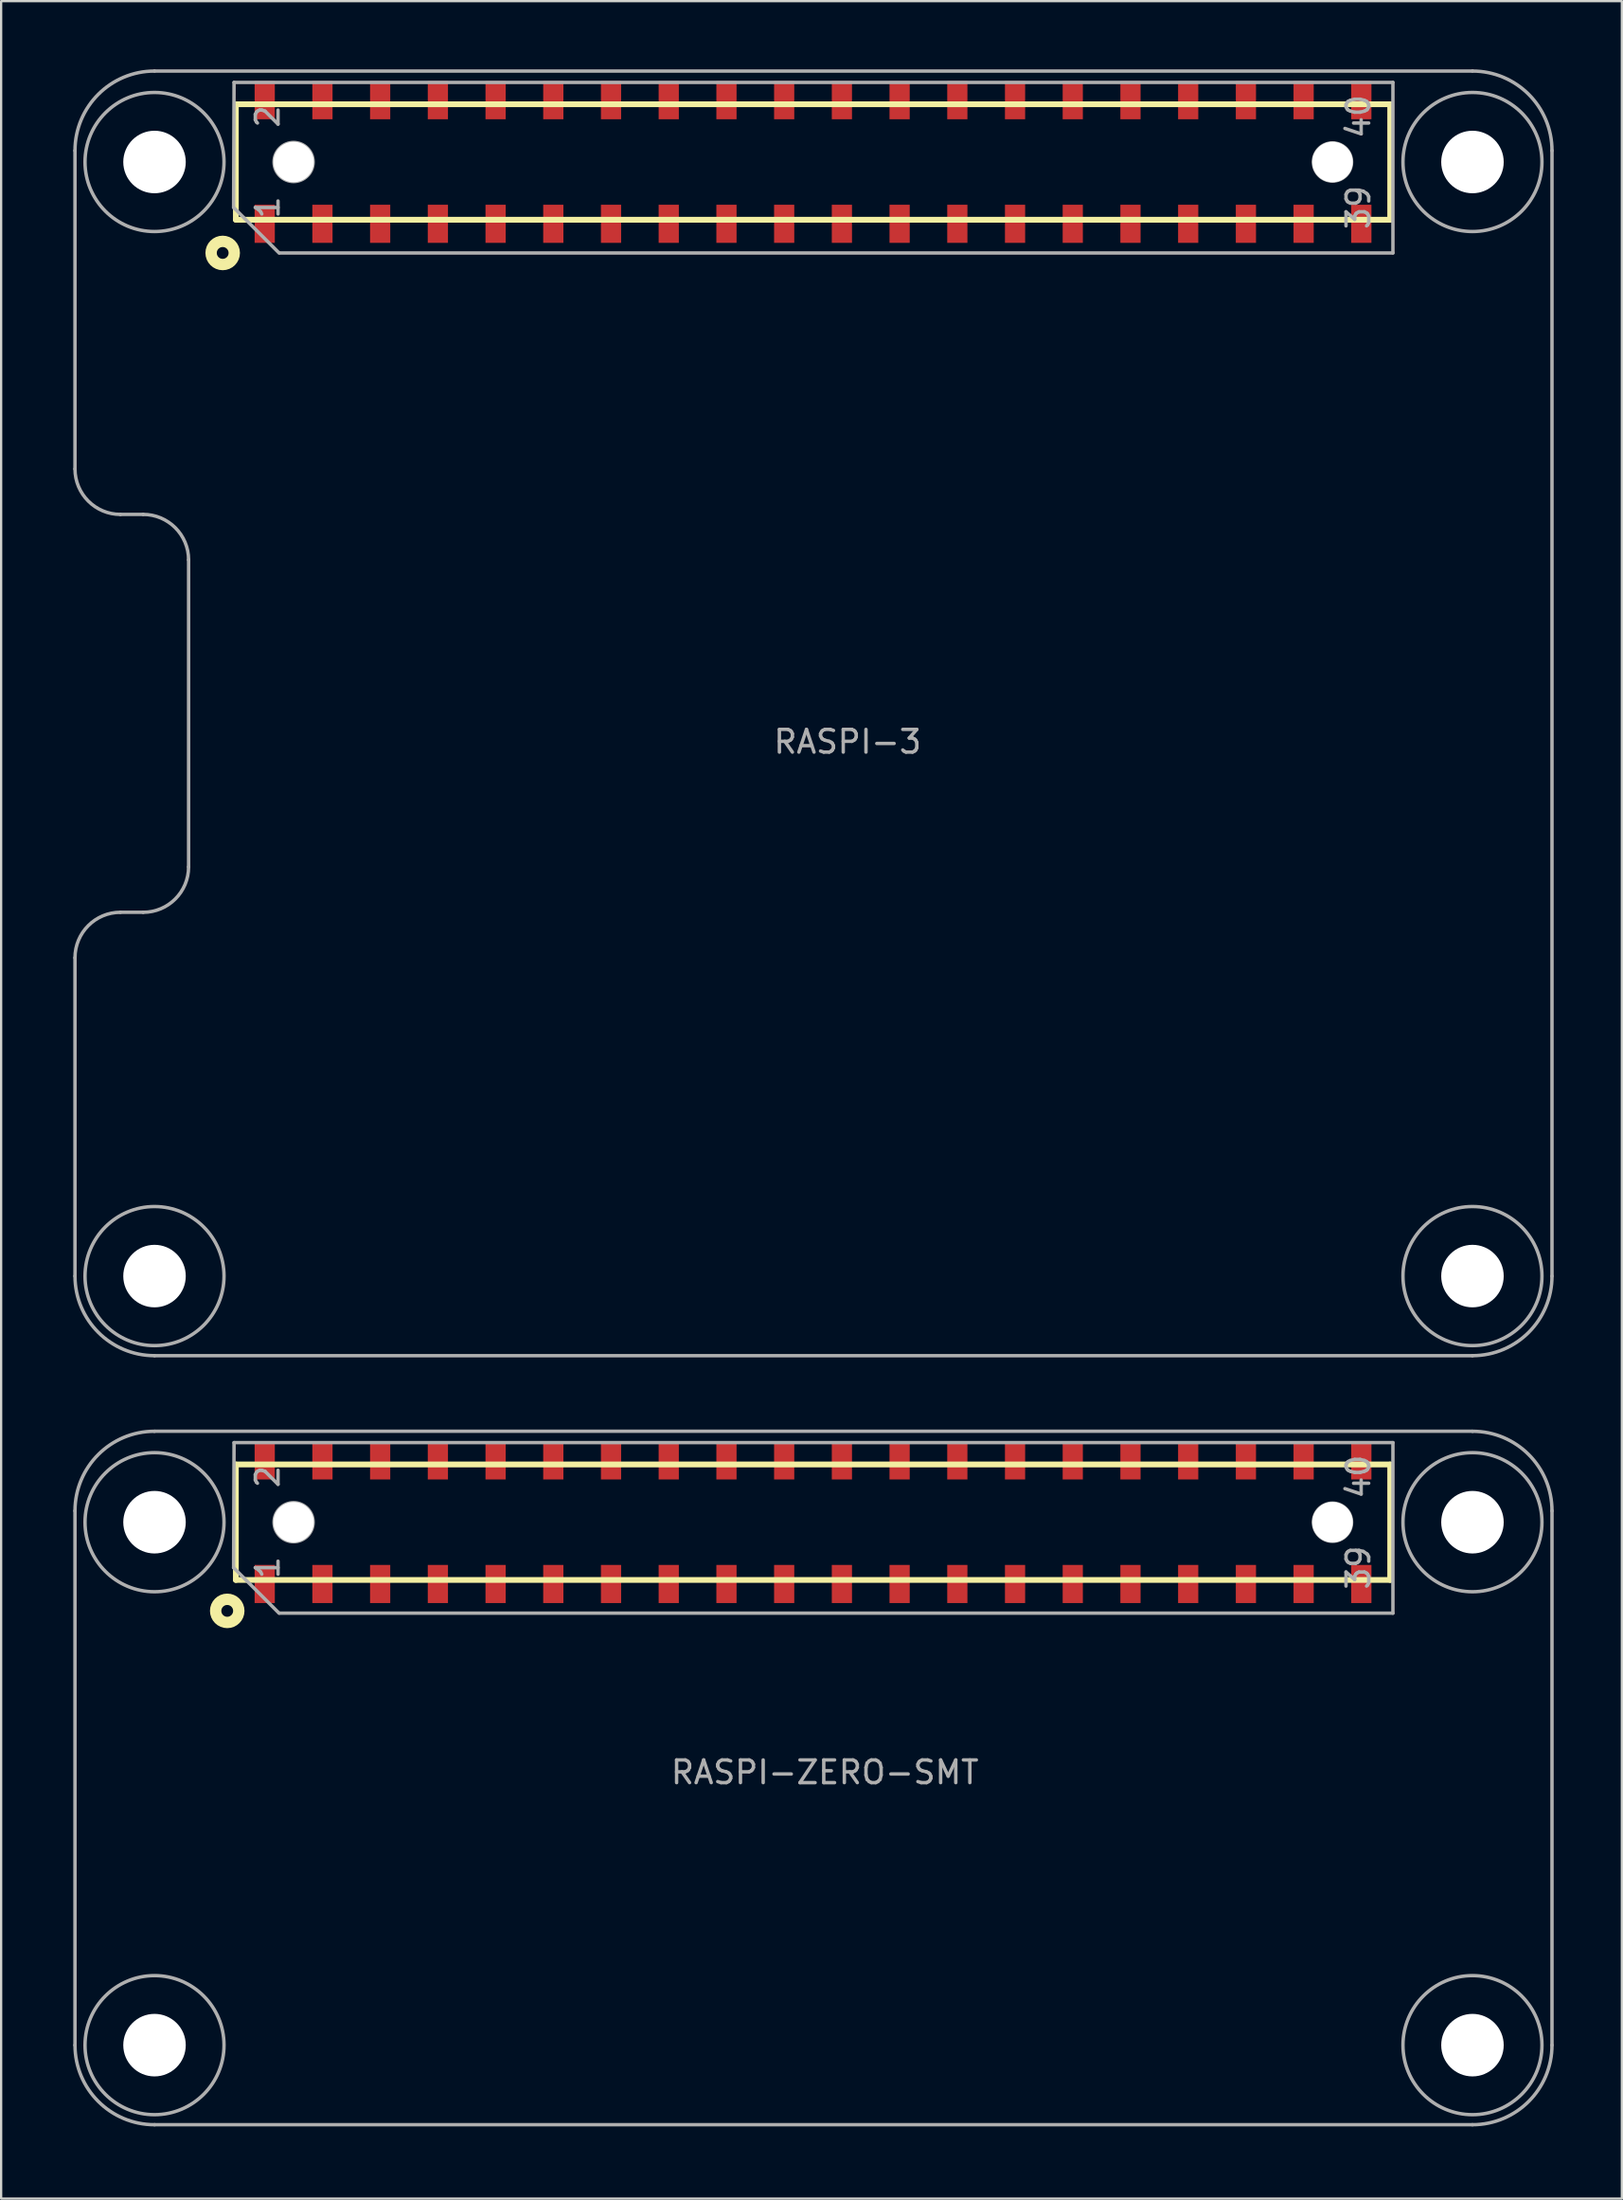
<source format=kicad_pcb>
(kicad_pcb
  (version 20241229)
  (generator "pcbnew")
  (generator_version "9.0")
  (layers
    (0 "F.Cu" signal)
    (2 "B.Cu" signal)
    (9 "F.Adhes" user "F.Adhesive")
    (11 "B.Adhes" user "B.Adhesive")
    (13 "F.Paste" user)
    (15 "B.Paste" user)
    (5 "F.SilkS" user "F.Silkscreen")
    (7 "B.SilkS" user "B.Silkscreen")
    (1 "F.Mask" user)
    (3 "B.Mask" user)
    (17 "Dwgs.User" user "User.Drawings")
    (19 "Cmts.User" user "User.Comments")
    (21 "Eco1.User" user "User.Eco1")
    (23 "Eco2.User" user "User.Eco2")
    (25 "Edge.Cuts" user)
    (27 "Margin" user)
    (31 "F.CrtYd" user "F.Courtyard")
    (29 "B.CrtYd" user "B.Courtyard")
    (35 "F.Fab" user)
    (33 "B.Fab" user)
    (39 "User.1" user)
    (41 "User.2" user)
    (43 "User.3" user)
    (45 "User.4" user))
  (footprint "RASPI-ZERO-SMT"
    (layer "F.Cu")
    (at 0.25 90.4)
    (property "Reference" "RASPI-ZERO-SMT" (at 33 -15.5 0) (layer "F.Fab") (effects (font (size 1 1) (thickness 0.15))))
    (attr through_hole)
    (fp_line (start 7.08 -29.04) (end 57.88 -29.04) (stroke (width 0.254) (type solid)) (layer "F.SilkS"))
    (fp_line (start 7.08 -23.96) (end 7.08 -29.04) (stroke (width 0.254) (type solid)) (layer "F.SilkS"))
    (fp_line (start 57.88 -29.04) (end 57.88 -23.96) (stroke (width 0.254) (type solid)) (layer "F.SilkS"))
    (fp_line (start 57.88 -23.96) (end 7.08 -23.96) (stroke (width 0.254) (type solid)) (layer "F.SilkS"))
    (fp_circle (center 6.7 -22.6) (end 6.8 -22.1) (stroke (width 0.5) (type solid)) (fill no) (layer "F.SilkS"))
    (fp_line (start 0 -27) (end 0 -3.5) (stroke (width 0.15) (type solid)) (layer "F.Fab"))
    (fp_line (start 3.5 0) (end 61.5 0) (stroke (width 0.15) (type solid)) (layer "F.Fab"))
    (fp_line (start 7 -30) (end 6.98 -24.5) (stroke (width 0.15) (type solid)) (layer "F.Fab"))
    (fp_line (start 8.98 -22.5) (end 6.98 -24.5) (stroke (width 0.15) (type solid)) (layer "F.Fab"))
    (fp_line (start 9 -22.5) (end 58 -22.5) (stroke (width 0.15) (type solid)) (layer "F.Fab"))
    (fp_line (start 58 -30) (end 7 -30) (stroke (width 0.15) (type solid)) (layer "F.Fab"))
    (fp_line (start 58 -22.5) (end 58 -30) (stroke (width 0.15) (type solid)) (layer "F.Fab"))
    (fp_line (start 61.5 -30.5) (end 3.5 -30.5) (stroke (width 0.15) (type solid)) (layer "F.Fab"))
    (fp_line (start 65 -3.5) (end 65 -27) (stroke (width 0.15) (type solid)) (layer "F.Fab"))
    (fp_arc (start 0 -27) (mid 1.025126 -29.474874) (end 3.5 -30.5) (stroke (width 0.15) (type solid)) (layer "F.Fab"))
    (fp_arc (start 3.5 0) (mid 1.025126 -1.025126) (end 0 -3.5) (stroke (width 0.15) (type solid)) (layer "F.Fab"))
    (fp_arc (start 61.5 -30.5) (mid 63.974874 -29.474874) (end 65 -27) (stroke (width 0.15) (type solid)) (layer "F.Fab"))
    (fp_arc (start 65 -3.5) (mid 63.974874 -1.025126) (end 61.5 0) (stroke (width 0.15) (type solid)) (layer "F.Fab"))
    (fp_circle (center 3.5 -26.5) (end 1.994 -23.838) (stroke (width 0.15) (type solid)) (fill no) (layer "F.Fab"))
    (fp_circle (center 3.5 -3.5) (end 1.994 -0.838) (stroke (width 0.15) (type solid)) (fill no) (layer "F.Fab"))
    (fp_circle (center 9.62 -26.5) (end 10.48 -26.5) (stroke (width 0.15) (type solid)) (fill no) (layer "F.Fab"))
    (fp_circle (center 55.34 -26.5) (end 56.18 -26.5) (stroke (width 0.15) (type solid)) (fill no) (layer "F.Fab"))
    (fp_circle (center 61.5 -26.5) (end 63.006 -29.162) (stroke (width 0.15) (type solid)) (fill no) (layer "F.Fab"))
    (fp_circle (center 61.5 -3.5) (end 59.994 -0.838) (stroke (width 0.15) (type solid)) (fill no) (layer "F.Fab"))
    (fp_text user "39" (at 56.48 -24.5 90) (layer "F.Fab") (effects (font (size 1 1) (thickness 0.15))))
    (fp_text user "1" (at 8.48 -24.5 90) (layer "F.Fab") (effects (font (size 1 1) (thickness 0.15))))
    (fp_text user "2" (at 8.48 -28.5 90) (layer "F.Fab") (effects (font (size 1 1) (thickness 0.15))))
    (fp_text user "40" (at 56.48 -28.5 90) (layer "F.Fab") (effects (font (size 1 1) (thickness 0.15))))
    (pad "" np_thru_hole circle (at 3.5 -26.5) (size 2.75 2.75) (drill 2.75) (layers "*.Cu" "*.Mask"))
    (pad "" np_thru_hole circle (at 3.5 -3.5) (size 2.75 2.75) (drill 2.75) (layers "*.Cu" "*.Mask"))
    (pad "" np_thru_hole circle (at 9.62 -26.5) (size 1.778 1.778) (drill 1.778) (layers "*.Cu" "*.Mask" "F.SilkS"))
    (pad "" np_thru_hole circle (at 55.34 -26.5) (size 1.778 1.778) (drill 1.778) (layers "*.Cu" "*.Mask" "F.SilkS"))
    (pad "" np_thru_hole circle (at 61.5 -26.5 180) (size 2.75 2.75) (drill 2.75) (layers "*.Cu" "*.Mask"))
    (pad "" np_thru_hole circle (at 61.5 -3.5 180) (size 2.75 2.75) (drill 2.75) (layers "*.Cu" "*.Mask"))
    (pad "1" smd rect (at 8.35 -23.782 180) (size 0.889 1.676) (layers "F.Cu" "F.Mask" "F.Paste"))
    (pad "2" smd rect (at 8.35 -29.218 180) (size 0.889 1.676) (layers "F.Cu" "F.Mask" "F.Paste"))
    (pad "3" smd rect (at 10.89 -23.782 180) (size 0.889 1.676) (layers "F.Cu" "F.Mask" "F.Paste"))
    (pad "4" smd rect (at 10.89 -29.218 180) (size 0.889 1.676) (layers "F.Cu" "F.Mask" "F.Paste"))
    (pad "5" smd rect (at 13.43 -23.782 180) (size 0.889 1.676) (layers "F.Cu" "F.Mask" "F.Paste"))
    (pad "6" smd rect (at 13.43 -29.218 180) (size 0.889 1.676) (layers "F.Cu" "F.Mask" "F.Paste"))
    (pad "7" smd rect (at 15.97 -23.782 180) (size 0.889 1.676) (layers "F.Cu" "F.Mask" "F.Paste"))
    (pad "8" smd rect (at 15.97 -29.218 180) (size 0.889 1.676) (layers "F.Cu" "F.Mask" "F.Paste"))
    (pad "9" smd rect (at 18.51 -23.782 180) (size 0.889 1.676) (layers "F.Cu" "F.Mask" "F.Paste"))
    (pad "10" smd rect (at 18.51 -29.218 180) (size 0.889 1.676) (layers "F.Cu" "F.Mask" "F.Paste"))
    (pad "11" smd rect (at 21.05 -23.782 180) (size 0.889 1.676) (layers "F.Cu" "F.Mask" "F.Paste"))
    (pad "12" smd rect (at 21.05 -29.218 180) (size 0.889 1.676) (layers "F.Cu" "F.Mask" "F.Paste"))
    (pad "13" smd rect (at 23.59 -23.782 180) (size 0.889 1.676) (layers "F.Cu" "F.Mask" "F.Paste"))
    (pad "14" smd rect (at 23.59 -29.218 180) (size 0.889 1.676) (layers "F.Cu" "F.Mask" "F.Paste"))
    (pad "15" smd rect (at 26.13 -23.782 180) (size 0.889 1.676) (layers "F.Cu" "F.Mask" "F.Paste"))
    (pad "16" smd rect (at 26.13 -29.218 180) (size 0.889 1.676) (layers "F.Cu" "F.Mask" "F.Paste"))
    (pad "17" smd rect (at 28.67 -23.782 180) (size 0.889 1.676) (layers "F.Cu" "F.Mask" "F.Paste"))
    (pad "18" smd rect (at 28.67 -29.218 180) (size 0.889 1.676) (layers "F.Cu" "F.Mask" "F.Paste"))
    (pad "19" smd rect (at 31.21 -23.782 180) (size 0.889 1.676) (layers "F.Cu" "F.Mask" "F.Paste"))
    (pad "20" smd rect (at 31.21 -29.218 180) (size 0.889 1.676) (layers "F.Cu" "F.Mask" "F.Paste"))
    (pad "21" smd rect (at 33.75 -23.782 180) (size 0.889 1.676) (layers "F.Cu" "F.Mask" "F.Paste"))
    (pad "22" smd rect (at 33.75 -29.218 180) (size 0.889 1.676) (layers "F.Cu" "F.Mask" "F.Paste"))
    (pad "23" smd rect (at 36.29 -23.782 180) (size 0.889 1.676) (layers "F.Cu" "F.Mask" "F.Paste"))
    (pad "24" smd rect (at 36.29 -29.218 180) (size 0.889 1.676) (layers "F.Cu" "F.Mask" "F.Paste"))
    (pad "25" smd rect (at 38.83 -23.782 180) (size 0.889 1.676) (layers "F.Cu" "F.Mask" "F.Paste"))
    (pad "26" smd rect (at 38.83 -29.218 180) (size 0.889 1.676) (layers "F.Cu" "F.Mask" "F.Paste"))
    (pad "27" smd rect (at 41.37 -23.782 180) (size 0.889 1.676) (layers "F.Cu" "F.Mask" "F.Paste"))
    (pad "28" smd rect (at 41.37 -29.218 180) (size 0.889 1.676) (layers "F.Cu" "F.Mask" "F.Paste"))
    (pad "29" smd rect (at 43.91 -23.782 180) (size 0.889 1.676) (layers "F.Cu" "F.Mask" "F.Paste"))
    (pad "30" smd rect (at 43.91 -29.218 180) (size 0.889 1.676) (layers "F.Cu" "F.Mask" "F.Paste"))
    (pad "31" smd rect (at 46.45 -23.782 180) (size 0.889 1.676) (layers "F.Cu" "F.Mask" "F.Paste"))
    (pad "32" smd rect (at 46.45 -29.218 180) (size 0.889 1.676) (layers "F.Cu" "F.Mask" "F.Paste"))
    (pad "33" smd rect (at 48.99 -23.782 180) (size 0.889 1.676) (layers "F.Cu" "F.Mask" "F.Paste"))
    (pad "34" smd rect (at 48.99 -29.218 180) (size 0.889 1.676) (layers "F.Cu" "F.Mask" "F.Paste"))
    (pad "35" smd rect (at 51.53 -23.782 180) (size 0.889 1.676) (layers "F.Cu" "F.Mask" "F.Paste"))
    (pad "36" smd rect (at 51.53 -29.218 180) (size 0.889 1.676) (layers "F.Cu" "F.Mask" "F.Paste"))
    (pad "37" smd rect (at 54.07 -23.782 180) (size 0.889 1.676) (layers "F.Cu" "F.Mask" "F.Paste"))
    (pad "38" smd rect (at 54.07 -29.218 180) (size 0.889 1.676) (layers "F.Cu" "F.Mask" "F.Paste"))
    (pad "39" smd rect (at 56.61 -23.782 180) (size 0.889 1.676) (layers "F.Cu" "F.Mask" "F.Paste"))
    (pad "40" smd rect (at 56.61 -29.218 180) (size 0.889 1.676) (layers "F.Cu" "F.Mask" "F.Paste")))
  (footprint "RASPI-3"
    (layer "F.Cu")
    (at 0.25 56.575)
    (property "Reference" "RASPI-3" (at 34 -27 0) (layer "F.Fab") (effects (font (size 1 1) (thickness 0.15))))
    (attr through_hole)
    (fp_line (start 7.08 -55.04) (end 57.88 -55.04) (stroke (width 0.254) (type solid)) (layer "F.SilkS"))
    (fp_line (start 7.08 -49.96) (end 7.08 -55.04) (stroke (width 0.254) (type solid)) (layer "F.SilkS"))
    (fp_line (start 57.88 -55.04) (end 57.88 -49.96) (stroke (width 0.254) (type solid)) (layer "F.SilkS"))
    (fp_line (start 57.88 -49.96) (end 7.08 -49.96) (stroke (width 0.254) (type solid)) (layer "F.SilkS"))
    (fp_circle (center 6.5 -48.5) (end 6.6 -48) (stroke (width 0.5) (type solid)) (fill no) (layer "F.SilkS"))
    (fp_line (start 0 -53) (end 0 -39) (stroke (width 0.15) (type solid)) (layer "F.Fab"))
    (fp_line (start 0 -3.5) (end 0 -17.5) (stroke (width 0.15) (type solid)) (layer "F.Fab"))
    (fp_line (start 3 -37) (end 2 -37) (stroke (width 0.15) (type solid)) (layer "F.Fab"))
    (fp_line (start 3 -19.5) (end 2 -19.5) (stroke (width 0.15) (type solid)) (layer "F.Fab"))
    (fp_line (start 3.5 0) (end 61.5 0) (stroke (width 0.15) (type solid)) (layer "F.Fab"))
    (fp_line (start 5 -35) (end 5 -21.5) (stroke (width 0.15) (type solid)) (layer "F.Fab"))
    (fp_line (start 7 -56) (end 6.98 -50.5) (stroke (width 0.15) (type solid)) (layer "F.Fab"))
    (fp_line (start 8.98 -48.5) (end 6.98 -50.5) (stroke (width 0.15) (type solid)) (layer "F.Fab"))
    (fp_line (start 9 -48.5) (end 58 -48.5) (stroke (width 0.15) (type solid)) (layer "F.Fab"))
    (fp_line (start 58 -56) (end 7 -56) (stroke (width 0.15) (type solid)) (layer "F.Fab"))
    (fp_line (start 58 -48.5) (end 58 -56) (stroke (width 0.15) (type solid)) (layer "F.Fab"))
    (fp_line (start 61.5 -56.5) (end 3.5 -56.5) (stroke (width 0.15) (type solid)) (layer "F.Fab"))
    (fp_line (start 65 -3.5) (end 65 -53) (stroke (width 0.15) (type solid)) (layer "F.Fab"))
    (fp_arc (start 0 -53) (mid 1.025126 -55.474874) (end 3.5 -56.5) (stroke (width 0.15) (type solid)) (layer "F.Fab"))
    (fp_arc (start 0 -17.5) (mid 0.585786 -18.914214) (end 2 -19.5) (stroke (width 0.15) (type solid)) (layer "F.Fab"))
    (fp_arc (start 2 -37) (mid 0.585786 -37.585786) (end 0 -39) (stroke (width 0.15) (type solid)) (layer "F.Fab"))
    (fp_arc (start 3 -37) (mid 4.414214 -36.414214) (end 5 -35) (stroke (width 0.15) (type solid)) (layer "F.Fab"))
    (fp_arc (start 3.5 0) (mid 1.025126 -1.025126) (end 0 -3.5) (stroke (width 0.15) (type solid)) (layer "F.Fab"))
    (fp_arc (start 5 -21.5) (mid 4.414214 -20.085786) (end 3 -19.5) (stroke (width 0.15) (type solid)) (layer "F.Fab"))
    (fp_arc (start 61.5 -56.5) (mid 63.974874 -55.474874) (end 65 -53) (stroke (width 0.15) (type solid)) (layer "F.Fab"))
    (fp_arc (start 65 -3.5) (mid 63.974874 -1.025126) (end 61.5 0) (stroke (width 0.15) (type solid)) (layer "F.Fab"))
    (fp_circle (center 3.5 -52.5) (end 1.994 -49.838) (stroke (width 0.15) (type solid)) (fill no) (layer "F.Fab"))
    (fp_circle (center 3.5 -3.5) (end 1.994 -0.838) (stroke (width 0.15) (type solid)) (fill no) (layer "F.Fab"))
    (fp_circle (center 9.62 -52.5) (end 10.48 -52.5) (stroke (width 0.15) (type solid)) (fill no) (layer "F.Fab"))
    (fp_circle (center 55.34 -52.5) (end 56.18 -52.5) (stroke (width 0.15) (type solid)) (fill no) (layer "F.Fab"))
    (fp_circle (center 61.5 -52.5) (end 63.006 -55.162) (stroke (width 0.15) (type solid)) (fill no) (layer "F.Fab"))
    (fp_circle (center 61.5 -3.5) (end 59.994 -0.838) (stroke (width 0.15) (type solid)) (fill no) (layer "F.Fab"))
    (fp_text user "1" (at 8.48 -50.5 90) (layer "F.Fab") (effects (font (size 1 1) (thickness 0.15))))
    (fp_text user "39" (at 56.48 -50.5 90) (layer "F.Fab") (effects (font (size 1 1) (thickness 0.15))))
    (fp_text user "40" (at 56.48 -54.5 90) (layer "F.Fab") (effects (font (size 1 1) (thickness 0.15))))
    (fp_text user "2" (at 8.48 -54.5 90) (layer "F.Fab") (effects (font (size 1 1) (thickness 0.15))))
    (pad "" np_thru_hole circle (at 3.5 -52.5) (size 2.75 2.75) (drill 2.75) (layers "*.Cu" "*.Mask"))
    (pad "" np_thru_hole circle (at 3.5 -3.5) (size 2.75 2.75) (drill 2.75) (layers "*.Cu" "*.Mask"))
    (pad "" np_thru_hole circle (at 9.62 -52.5) (size 1.778 1.778) (drill 1.778) (layers "*.Cu" "*.Mask" "F.SilkS"))
    (pad "" np_thru_hole circle (at 55.34 -52.5) (size 1.778 1.778) (drill 1.778) (layers "*.Cu" "*.Mask" "F.SilkS"))
    (pad "" np_thru_hole circle (at 61.5 -52.5 180) (size 2.75 2.75) (drill 2.75) (layers "*.Cu" "*.Mask"))
    (pad "" np_thru_hole circle (at 61.5 -3.5 180) (size 2.75 2.75) (drill 2.75) (layers "*.Cu" "*.Mask"))
    (pad "1" smd rect (at 8.35 -49.782 180) (size 0.889 1.676) (layers "F.Cu" "F.Mask" "F.Paste"))
    (pad "2" smd rect (at 8.35 -55.218 180) (size 0.889 1.676) (layers "F.Cu" "F.Mask" "F.Paste"))
    (pad "3" smd rect (at 10.89 -49.782 180) (size 0.889 1.676) (layers "F.Cu" "F.Mask" "F.Paste"))
    (pad "4" smd rect (at 10.89 -55.218 180) (size 0.889 1.676) (layers "F.Cu" "F.Mask" "F.Paste"))
    (pad "5" smd rect (at 13.43 -49.782 180) (size 0.889 1.676) (layers "F.Cu" "F.Mask" "F.Paste"))
    (pad "6" smd rect (at 13.43 -55.218 180) (size 0.889 1.676) (layers "F.Cu" "F.Mask" "F.Paste"))
    (pad "7" smd rect (at 15.97 -49.782 180) (size 0.889 1.676) (layers "F.Cu" "F.Mask" "F.Paste"))
    (pad "8" smd rect (at 15.97 -55.218 180) (size 0.889 1.676) (layers "F.Cu" "F.Mask" "F.Paste"))
    (pad "9" smd rect (at 18.51 -49.782 180) (size 0.889 1.676) (layers "F.Cu" "F.Mask" "F.Paste"))
    (pad "10" smd rect (at 18.51 -55.218 180) (size 0.889 1.676) (layers "F.Cu" "F.Mask" "F.Paste"))
    (pad "11" smd rect (at 21.05 -49.782 180) (size 0.889 1.676) (layers "F.Cu" "F.Mask" "F.Paste"))
    (pad "12" smd rect (at 21.05 -55.218 180) (size 0.889 1.676) (layers "F.Cu" "F.Mask" "F.Paste"))
    (pad "13" smd rect (at 23.59 -49.782 180) (size 0.889 1.676) (layers "F.Cu" "F.Mask" "F.Paste"))
    (pad "14" smd rect (at 23.59 -55.218 180) (size 0.889 1.676) (layers "F.Cu" "F.Mask" "F.Paste"))
    (pad "15" smd rect (at 26.13 -49.782 180) (size 0.889 1.676) (layers "F.Cu" "F.Mask" "F.Paste"))
    (pad "16" smd rect (at 26.13 -55.218 180) (size 0.889 1.676) (layers "F.Cu" "F.Mask" "F.Paste"))
    (pad "17" smd rect (at 28.67 -49.782 180) (size 0.889 1.676) (layers "F.Cu" "F.Mask" "F.Paste"))
    (pad "18" smd rect (at 28.67 -55.218 180) (size 0.889 1.676) (layers "F.Cu" "F.Mask" "F.Paste"))
    (pad "19" smd rect (at 31.21 -49.782 180) (size 0.889 1.676) (layers "F.Cu" "F.Mask" "F.Paste"))
    (pad "20" smd rect (at 31.21 -55.218 180) (size 0.889 1.676) (layers "F.Cu" "F.Mask" "F.Paste"))
    (pad "21" smd rect (at 33.75 -49.782 180) (size 0.889 1.676) (layers "F.Cu" "F.Mask" "F.Paste"))
    (pad "22" smd rect (at 33.75 -55.218 180) (size 0.889 1.676) (layers "F.Cu" "F.Mask" "F.Paste"))
    (pad "23" smd rect (at 36.29 -49.782 180) (size 0.889 1.676) (layers "F.Cu" "F.Mask" "F.Paste"))
    (pad "24" smd rect (at 36.29 -55.218 180) (size 0.889 1.676) (layers "F.Cu" "F.Mask" "F.Paste"))
    (pad "25" smd rect (at 38.83 -49.782 180) (size 0.889 1.676) (layers "F.Cu" "F.Mask" "F.Paste"))
    (pad "26" smd rect (at 38.83 -55.218 180) (size 0.889 1.676) (layers "F.Cu" "F.Mask" "F.Paste"))
    (pad "27" smd rect (at 41.37 -49.782 180) (size 0.889 1.676) (layers "F.Cu" "F.Mask" "F.Paste"))
    (pad "28" smd rect (at 41.37 -55.218 180) (size 0.889 1.676) (layers "F.Cu" "F.Mask" "F.Paste"))
    (pad "29" smd rect (at 43.91 -49.782 180) (size 0.889 1.676) (layers "F.Cu" "F.Mask" "F.Paste"))
    (pad "30" smd rect (at 43.91 -55.218 180) (size 0.889 1.676) (layers "F.Cu" "F.Mask" "F.Paste"))
    (pad "31" smd rect (at 46.45 -49.782 180) (size 0.889 1.676) (layers "F.Cu" "F.Mask" "F.Paste"))
    (pad "32" smd rect (at 46.45 -55.218 180) (size 0.889 1.676) (layers "F.Cu" "F.Mask" "F.Paste"))
    (pad "33" smd rect (at 48.99 -49.782 180) (size 0.889 1.676) (layers "F.Cu" "F.Mask" "F.Paste"))
    (pad "34" smd rect (at 48.99 -55.218 180) (size 0.889 1.676) (layers "F.Cu" "F.Mask" "F.Paste"))
    (pad "35" smd rect (at 51.53 -49.782 180) (size 0.889 1.676) (layers "F.Cu" "F.Mask" "F.Paste"))
    (pad "36" smd rect (at 51.53 -55.218 180) (size 0.889 1.676) (layers "F.Cu" "F.Mask" "F.Paste"))
    (pad "37" smd rect (at 54.07 -49.782 180) (size 0.889 1.676) (layers "F.Cu" "F.Mask" "F.Paste"))
    (pad "38" smd rect (at 54.07 -55.218 180) (size 0.889 1.676) (layers "F.Cu" "F.Mask" "F.Paste"))
    (pad "39" smd rect (at 56.61 -49.782 180) (size 0.889 1.676) (layers "F.Cu" "F.Mask" "F.Paste"))
    (pad "40" smd rect (at 56.61 -55.218 180) (size 0.889 1.676) (layers "F.Cu" "F.Mask" "F.Paste")))
  (gr_rect
    (start -3 -3)
    (end 68.325 93.65)
    (stroke (width 0.1) (type default))
    (fill no)
    (layer "Edge.Cuts")))
</source>
